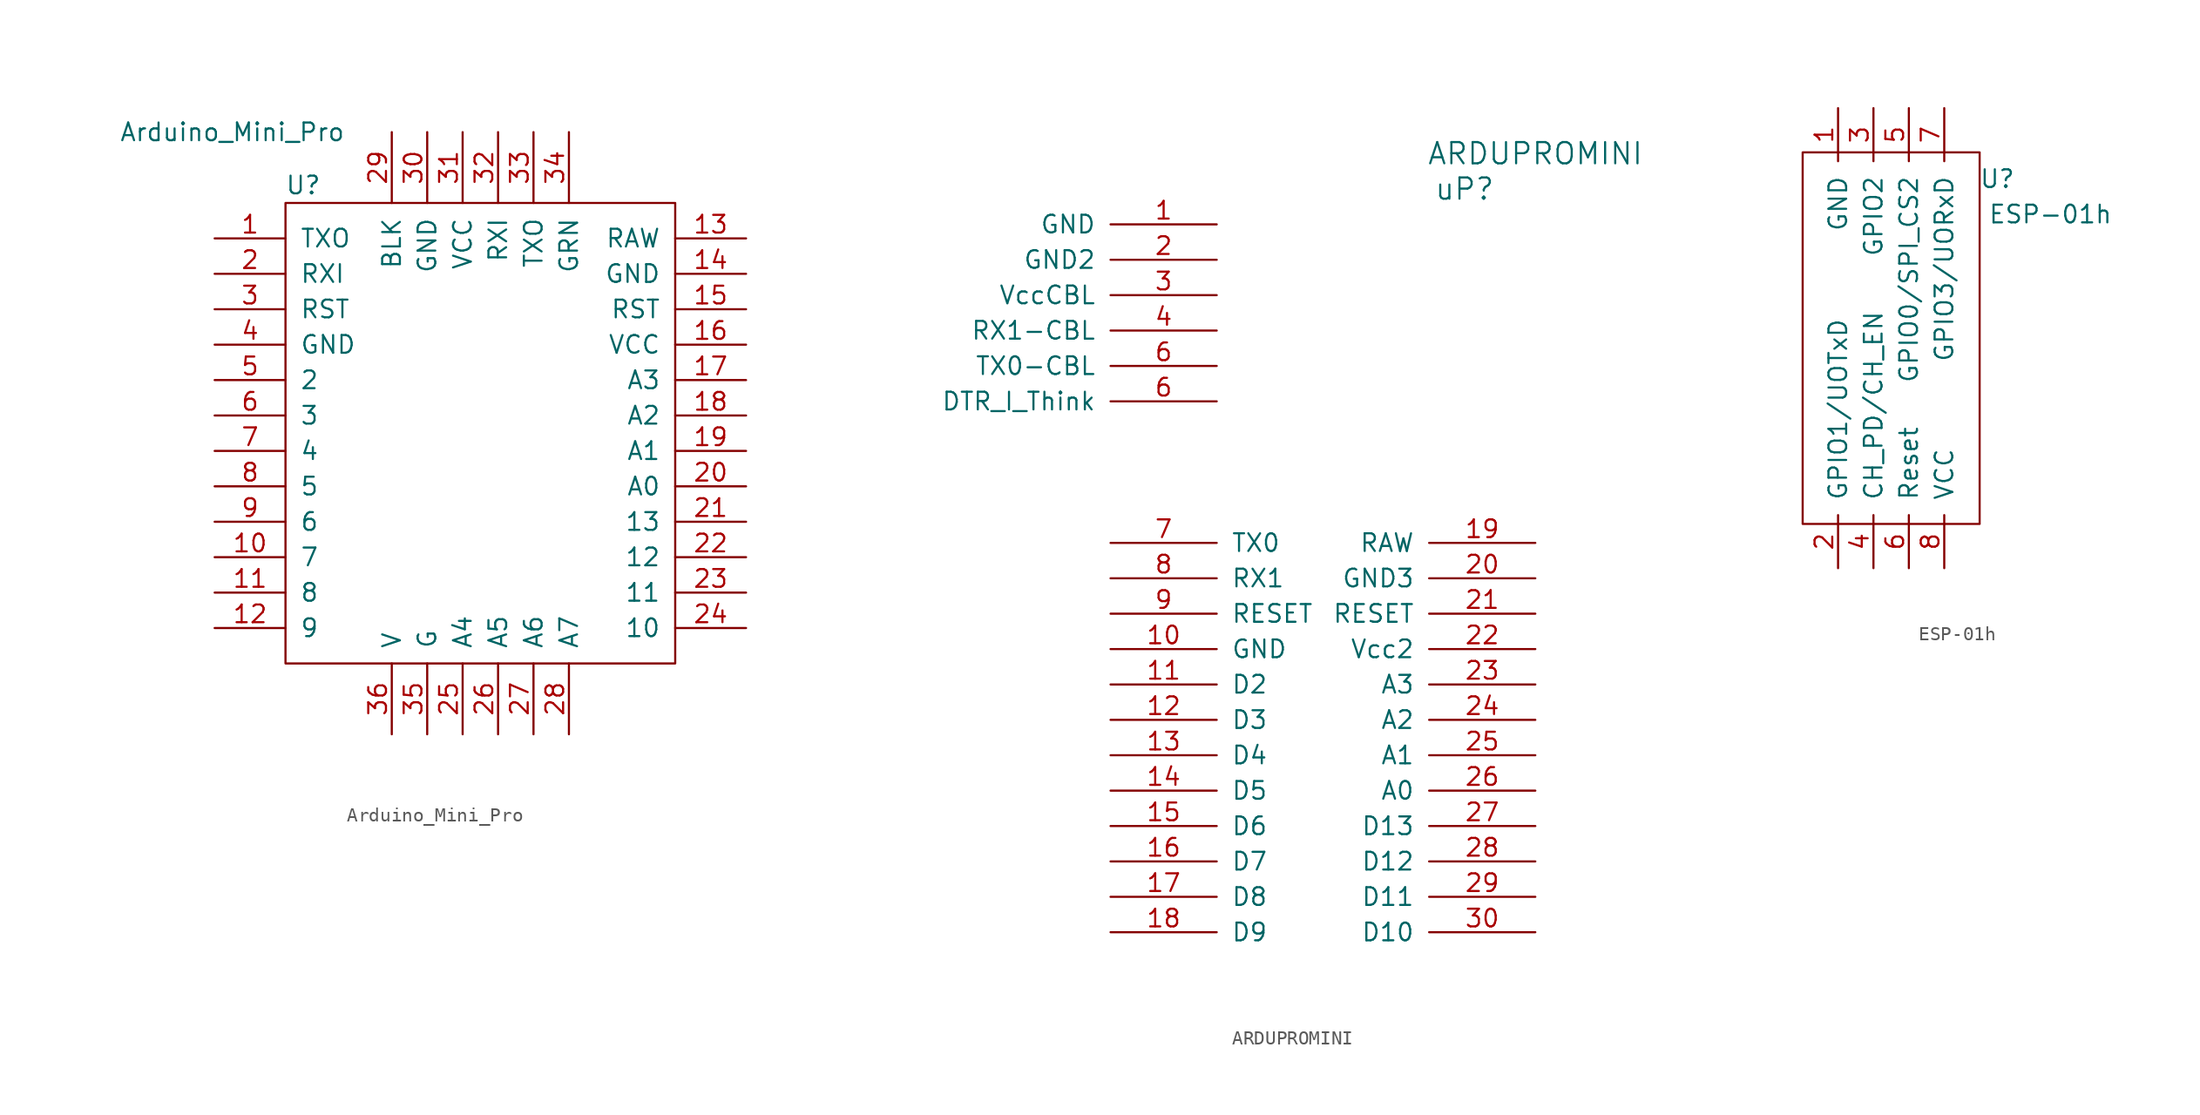
<source format=kicad_sym>
(kicad_symbol_lib
  (version 20211014)
  (generator kicad_symbol_editor)
  (symbol "Arduino_Mini_Pro"
    (pin_names
      (offset 1.016))
    (property "Reference" "U"
      (at 6.35 3.81 0)
      (effects (font (size 1.27 1.27))))
    (property "Value" "Arduino_Mini_Pro"
      (at 1.27 7.62 0)
      (effects (font (size 1.27 1.27))))
    (symbol "Arduino_Mini_Pro_0_1"
      (rectangle (start 5.08 2.54) (end 33.02 -30.48) (stroke (width 0) (type default) (color 0 0 0 0)) (fill (type none))))
    (symbol "Arduino_Mini_Pro_1_1"
      (pin output line (at 0 0 0) (length 5.08) (name "TXO" (effects (font (size 1.27 1.27)))) (number "1" (effects (font (size 1.27 1.27)))))
      (pin bidirectional line (at 0 -22.86 0) (length 5.08) (name "7" (effects (font (size 1.27 1.27)))) (number "10" (effects (font (size 1.27 1.27)))))
      (pin bidirectional line (at 0 -25.4 0) (length 5.08) (name "8" (effects (font (size 1.27 1.27)))) (number "11" (effects (font (size 1.27 1.27)))))
      (pin bidirectional line (at 0 -27.94 0) (length 5.08) (name "9" (effects (font (size 1.27 1.27)))) (number "12" (effects (font (size 1.27 1.27)))))
      (pin power_in line (at 38.1 0 180) (length 5.08) (name "RAW" (effects (font (size 1.27 1.27)))) (number "13" (effects (font (size 1.27 1.27)))))
      (pin power_in line (at 38.1 -2.54 180) (length 5.08) (name "GND" (effects (font (size 1.27 1.27)))) (number "14" (effects (font (size 1.27 1.27)))))
      (pin input line (at 38.1 -5.08 180) (length 5.08) (name "RST" (effects (font (size 1.27 1.27)))) (number "15" (effects (font (size 1.27 1.27)))))
      (pin power_out line (at 38.1 -7.62 180) (length 5.08) (name "VCC" (effects (font (size 1.27 1.27)))) (number "16" (effects (font (size 1.27 1.27)))))
      (pin bidirectional line (at 38.1 -10.16 180) (length 5.08) (name "A3" (effects (font (size 1.27 1.27)))) (number "17" (effects (font (size 1.27 1.27)))))
      (pin bidirectional line (at 38.1 -12.7 180) (length 5.08) (name "A2" (effects (font (size 1.27 1.27)))) (number "18" (effects (font (size 1.27 1.27)))))
      (pin bidirectional line (at 38.1 -15.24 180) (length 5.08) (name "A1" (effects (font (size 1.27 1.27)))) (number "19" (effects (font (size 1.27 1.27)))))
      (pin input line (at 0 -2.54 0) (length 5.08) (name "RXI" (effects (font (size 1.27 1.27)))) (number "2" (effects (font (size 1.27 1.27)))))
      (pin bidirectional line (at 38.1 -17.78 180) (length 5.08) (name "A0" (effects (font (size 1.27 1.27)))) (number "20" (effects (font (size 1.27 1.27)))))
      (pin bidirectional line (at 38.1 -20.32 180) (length 5.08) (name "13" (effects (font (size 1.27 1.27)))) (number "21" (effects (font (size 1.27 1.27)))))
      (pin bidirectional line (at 38.1 -22.86 180) (length 5.08) (name "12" (effects (font (size 1.27 1.27)))) (number "22" (effects (font (size 1.27 1.27)))))
      (pin bidirectional line (at 38.1 -25.4 180) (length 5.08) (name "11" (effects (font (size 1.27 1.27)))) (number "23" (effects (font (size 1.27 1.27)))))
      (pin bidirectional line (at 38.1 -27.94 180) (length 5.08) (name "10" (effects (font (size 1.27 1.27)))) (number "24" (effects (font (size 1.27 1.27)))))
      (pin bidirectional line (at 17.78 -35.56 90) (length 5.08) (name "A4" (effects (font (size 1.27 1.27)))) (number "25" (effects (font (size 1.27 1.27)))))
      (pin bidirectional line (at 20.32 -35.56 90) (length 5.08) (name "A5" (effects (font (size 1.27 1.27)))) (number "26" (effects (font (size 1.27 1.27)))))
      (pin bidirectional line (at 22.86 -35.56 90) (length 5.08) (name "A6" (effects (font (size 1.27 1.27)))) (number "27" (effects (font (size 1.27 1.27)))))
      (pin bidirectional line (at 25.4 -35.56 90) (length 5.08) (name "A7" (effects (font (size 1.27 1.27)))) (number "28" (effects (font (size 1.27 1.27)))))
      (pin input line (at 12.7 7.62 270) (length 5.08) (name "BLK" (effects (font (size 1.27 1.27)))) (number "29" (effects (font (size 1.27 1.27)))))
      (pin input line (at 0 -5.08 0) (length 5.08) (name "RST" (effects (font (size 1.27 1.27)))) (number "3" (effects (font (size 1.27 1.27)))))
      (pin passive line (at 15.24 7.62 270) (length 5.08) (name "GND" (effects (font (size 1.27 1.27)))) (number "30" (effects (font (size 1.27 1.27)))))
      (pin power_in line (at 17.78 7.62 270) (length 5.08) (name "VCC" (effects (font (size 1.27 1.27)))) (number "31" (effects (font (size 1.27 1.27)))))
      (pin input line (at 20.32 7.62 270) (length 5.08) (name "RXI" (effects (font (size 1.27 1.27)))) (number "32" (effects (font (size 1.27 1.27)))))
      (pin output line (at 22.86 7.62 270) (length 5.08) (name "TXO" (effects (font (size 1.27 1.27)))) (number "33" (effects (font (size 1.27 1.27)))))
      (pin input line (at 25.4 7.62 270) (length 5.08) (name "GRN" (effects (font (size 1.27 1.27)))) (number "34" (effects (font (size 1.27 1.27)))))
      (pin passive line (at 15.24 -35.56 90) (length 5.08) (name "G" (effects (font (size 1.27 1.27)))) (number "35" (effects (font (size 1.27 1.27)))))
      (pin power_out line (at 12.7 -35.56 90) (length 5.08) (name "V" (effects (font (size 1.27 1.27)))) (number "36" (effects (font (size 1.27 1.27)))))
      (pin passive line (at 0 -7.62 0) (length 5.08) (name "GND" (effects (font (size 1.27 1.27)))) (number "4" (effects (font (size 1.27 1.27)))))
      (pin bidirectional line (at 0 -10.16 0) (length 5.08) (name "2" (effects (font (size 1.27 1.27)))) (number "5" (effects (font (size 1.27 1.27)))))
      (pin bidirectional line (at 0 -12.7 0) (length 5.08) (name "3" (effects (font (size 1.27 1.27)))) (number "6" (effects (font (size 1.27 1.27)))))
      (pin bidirectional line (at 0 -15.24 0) (length 5.08) (name "4" (effects (font (size 1.27 1.27)))) (number "7" (effects (font (size 1.27 1.27)))))
      (pin bidirectional line (at 0 -17.78 0) (length 5.08) (name "5" (effects (font (size 1.27 1.27)))) (number "8" (effects (font (size 1.27 1.27)))))
      (pin bidirectional line (at 0 -20.32 0) (length 5.08) (name "6" (effects (font (size 1.27 1.27)))) (number "9" (effects (font (size 1.27 1.27)))))))
  (symbol "ARDUPROMINI"
    (pin_names
      (offset 1.016))
    (property "Reference" "uP"
      (at -5.08 -2.54 0)
      (effects (font (size 1.524 1.524))))
    (property "Value" "ARDUPROMINI"
      (at 0 0 0)
      (effects (font (size 1.524 1.524))))
    (property "Footprint" ""
      (at 0 0 0)
      (effects (font (size 1.524 1.524))))
    (property "Datasheet" ""
      (at 0 0 0)
      (effects (font (size 1.524 1.524))))
    (symbol "ARDUPROMINI_1_1"
      (pin unspecified line (at -22.86 -5.08 180) (length 7.62) (name "GND" (effects (font (size 1.27 1.27)))) (number "1" (effects (font (size 1.27 1.27)))))
      (pin unspecified line (at -30.48 -35.56 0) (length 7.62) (name "GND" (effects (font (size 1.27 1.27)))) (number "10" (effects (font (size 1.27 1.27)))))
      (pin bidirectional line (at -30.48 -38.1 0) (length 7.62) (name "D2" (effects (font (size 1.27 1.27)))) (number "11" (effects (font (size 1.27 1.27)))))
      (pin bidirectional line (at -30.48 -40.64 0) (length 7.62) (name "D3" (effects (font (size 1.27 1.27)))) (number "12" (effects (font (size 1.27 1.27)))))
      (pin bidirectional line (at -30.48 -43.18 0) (length 7.62) (name "D4" (effects (font (size 1.27 1.27)))) (number "13" (effects (font (size 1.27 1.27)))))
      (pin bidirectional line (at -30.48 -45.72 0) (length 7.62) (name "D5" (effects (font (size 1.27 1.27)))) (number "14" (effects (font (size 1.27 1.27)))))
      (pin bidirectional line (at -30.48 -48.26 0) (length 7.62) (name "D6" (effects (font (size 1.27 1.27)))) (number "15" (effects (font (size 1.27 1.27)))))
      (pin bidirectional line (at -30.48 -50.8 0) (length 7.62) (name "D7" (effects (font (size 1.27 1.27)))) (number "16" (effects (font (size 1.27 1.27)))))
      (pin bidirectional line (at -30.48 -53.34 0) (length 7.62) (name "D8" (effects (font (size 1.27 1.27)))) (number "17" (effects (font (size 1.27 1.27)))))
      (pin bidirectional line (at -30.48 -55.88 0) (length 7.62) (name "D9" (effects (font (size 1.27 1.27)))) (number "18" (effects (font (size 1.27 1.27)))))
      (pin unspecified line (at 0 -27.94 180) (length 7.62) (name "RAW" (effects (font (size 1.27 1.27)))) (number "19" (effects (font (size 1.27 1.27)))))
      (pin unspecified line (at -22.86 -7.62 180) (length 7.62) (name "GND2" (effects (font (size 1.27 1.27)))) (number "2" (effects (font (size 1.27 1.27)))))
      (pin unspecified line (at 0 -30.48 180) (length 7.62) (name "GND3" (effects (font (size 1.27 1.27)))) (number "20" (effects (font (size 1.27 1.27)))))
      (pin input line (at 0 -33.02 180) (length 7.62) (name "RESET" (effects (font (size 1.27 1.27)))) (number "21" (effects (font (size 1.27 1.27)))))
      (pin unspecified line (at 0 -35.56 180) (length 7.62) (name "Vcc2" (effects (font (size 1.27 1.27)))) (number "22" (effects (font (size 1.27 1.27)))))
      (pin bidirectional line (at 0 -38.1 180) (length 7.62) (name "A3" (effects (font (size 1.27 1.27)))) (number "23" (effects (font (size 1.27 1.27)))))
      (pin bidirectional line (at 0 -40.64 180) (length 7.62) (name "A2" (effects (font (size 1.27 1.27)))) (number "24" (effects (font (size 1.27 1.27)))))
      (pin bidirectional line (at 0 -43.18 180) (length 7.62) (name "A1" (effects (font (size 1.27 1.27)))) (number "25" (effects (font (size 1.27 1.27)))))
      (pin bidirectional line (at 0 -45.72 180) (length 7.62) (name "A0" (effects (font (size 1.27 1.27)))) (number "26" (effects (font (size 1.27 1.27)))))
      (pin bidirectional line (at 0 -48.26 180) (length 7.62) (name "D13" (effects (font (size 1.27 1.27)))) (number "27" (effects (font (size 1.27 1.27)))))
      (pin input line (at 0 -50.8 180) (length 7.62) (name "D12" (effects (font (size 1.27 1.27)))) (number "28" (effects (font (size 1.27 1.27)))))
      (pin bidirectional line (at 0 -53.34 180) (length 7.62) (name "D11" (effects (font (size 1.27 1.27)))) (number "29" (effects (font (size 1.27 1.27)))))
      (pin power_in line (at -22.86 -10.16 180) (length 7.62) (name "VccCBL" (effects (font (size 1.27 1.27)))) (number "3" (effects (font (size 1.27 1.27)))))
      (pin bidirectional line (at 0 -55.88 180) (length 7.62) (name "D10" (effects (font (size 1.27 1.27)))) (number "30" (effects (font (size 1.27 1.27)))))
      (pin unspecified line (at -22.86 -12.7 180) (length 7.62) (name "RX1-CBL" (effects (font (size 1.27 1.27)))) (number "4" (effects (font (size 1.27 1.27)))))
      (pin unspecified line (at -22.86 -17.78 180) (length 7.62) (name "DTR_I_Think" (effects (font (size 1.27 1.27)))) (number "6" (effects (font (size 1.27 1.27)))))
      (pin unspecified line (at -22.86 -15.24 180) (length 7.62) (name "TX0-CBL" (effects (font (size 1.27 1.27)))) (number "6" (effects (font (size 1.27 1.27)))))
      (pin bidirectional line (at -30.48 -27.94 0) (length 7.62) (name "TX0" (effects (font (size 1.27 1.27)))) (number "7" (effects (font (size 1.27 1.27)))))
      (pin bidirectional line (at -30.48 -30.48 0) (length 7.62) (name "RX1" (effects (font (size 1.27 1.27)))) (number "8" (effects (font (size 1.27 1.27)))))
      (pin input line (at -30.48 -33.02 0) (length 7.62) (name "RESET" (effects (font (size 1.27 1.27)))) (number "9" (effects (font (size 1.27 1.27)))))))
  (symbol "ESP-01h"
    (pin_names
      (offset 1.016))
    (property "Reference" "U"
      (at 11.43 -5.08 0)
      (effects (font (size 1.27 1.27))))
    (property "Value" "ESP-01h"
      (at 15.24 -7.62 0)
      (effects (font (size 1.27 1.27))))
    (symbol "ESP-01h_0_1"
      (polyline (pts (xy -2.54 -3.175) (xy 10.16 -3.175) (xy 10.16 -29.845) (xy -2.54 -29.845) (xy -2.54 -3.175)) (stroke (width 0.152) (type default) (color 0 0 0 0)) (fill (type none))))
    (symbol "ESP-01h_1_1"
      (pin output line (at 0 0 270) (length 3.81) (name "GND" (effects (font (size 1.27 1.27)))) (number "1" (effects (font (size 1.27 1.27)))))
      (pin power_in line (at 0 -33.02 90) (length 3.81) (name "GPIO1/UOTxD" (effects (font (size 1.27 1.27)))) (number "2" (effects (font (size 1.27 1.27)))))
      (pin input line (at 2.54 0 270) (length 3.81) (name "GPIO2" (effects (font (size 1.27 1.27)))) (number "3" (effects (font (size 1.27 1.27)))))
      (pin tri_state line (at 2.54 -33.02 90) (length 3.81) (name "CH_PD/CH_EN" (effects (font (size 1.27 1.27)))) (number "4" (effects (font (size 1.27 1.27)))))
      (pin input line (at 5.08 0 270) (length 3.81) (name "GPIO0/SPI_CS2" (effects (font (size 1.27 1.27)))) (number "5" (effects (font (size 1.27 1.27)))))
      (pin tri_state line (at 5.08 -33.02 90) (length 3.81) (name "Reset" (effects (font (size 1.27 1.27)))) (number "6" (effects (font (size 1.27 1.27)))))
      (pin power_in line (at 7.62 0 270) (length 3.81) (name "GPIO3/UORxD" (effects (font (size 1.27 1.27)))) (number "7" (effects (font (size 1.27 1.27)))))
      (pin input line (at 7.62 -33.02 90) (length 3.81) (name "VCC" (effects (font (size 1.27 1.27)))) (number "8" (effects (font (size 1.27 1.27))))))))
</source>
